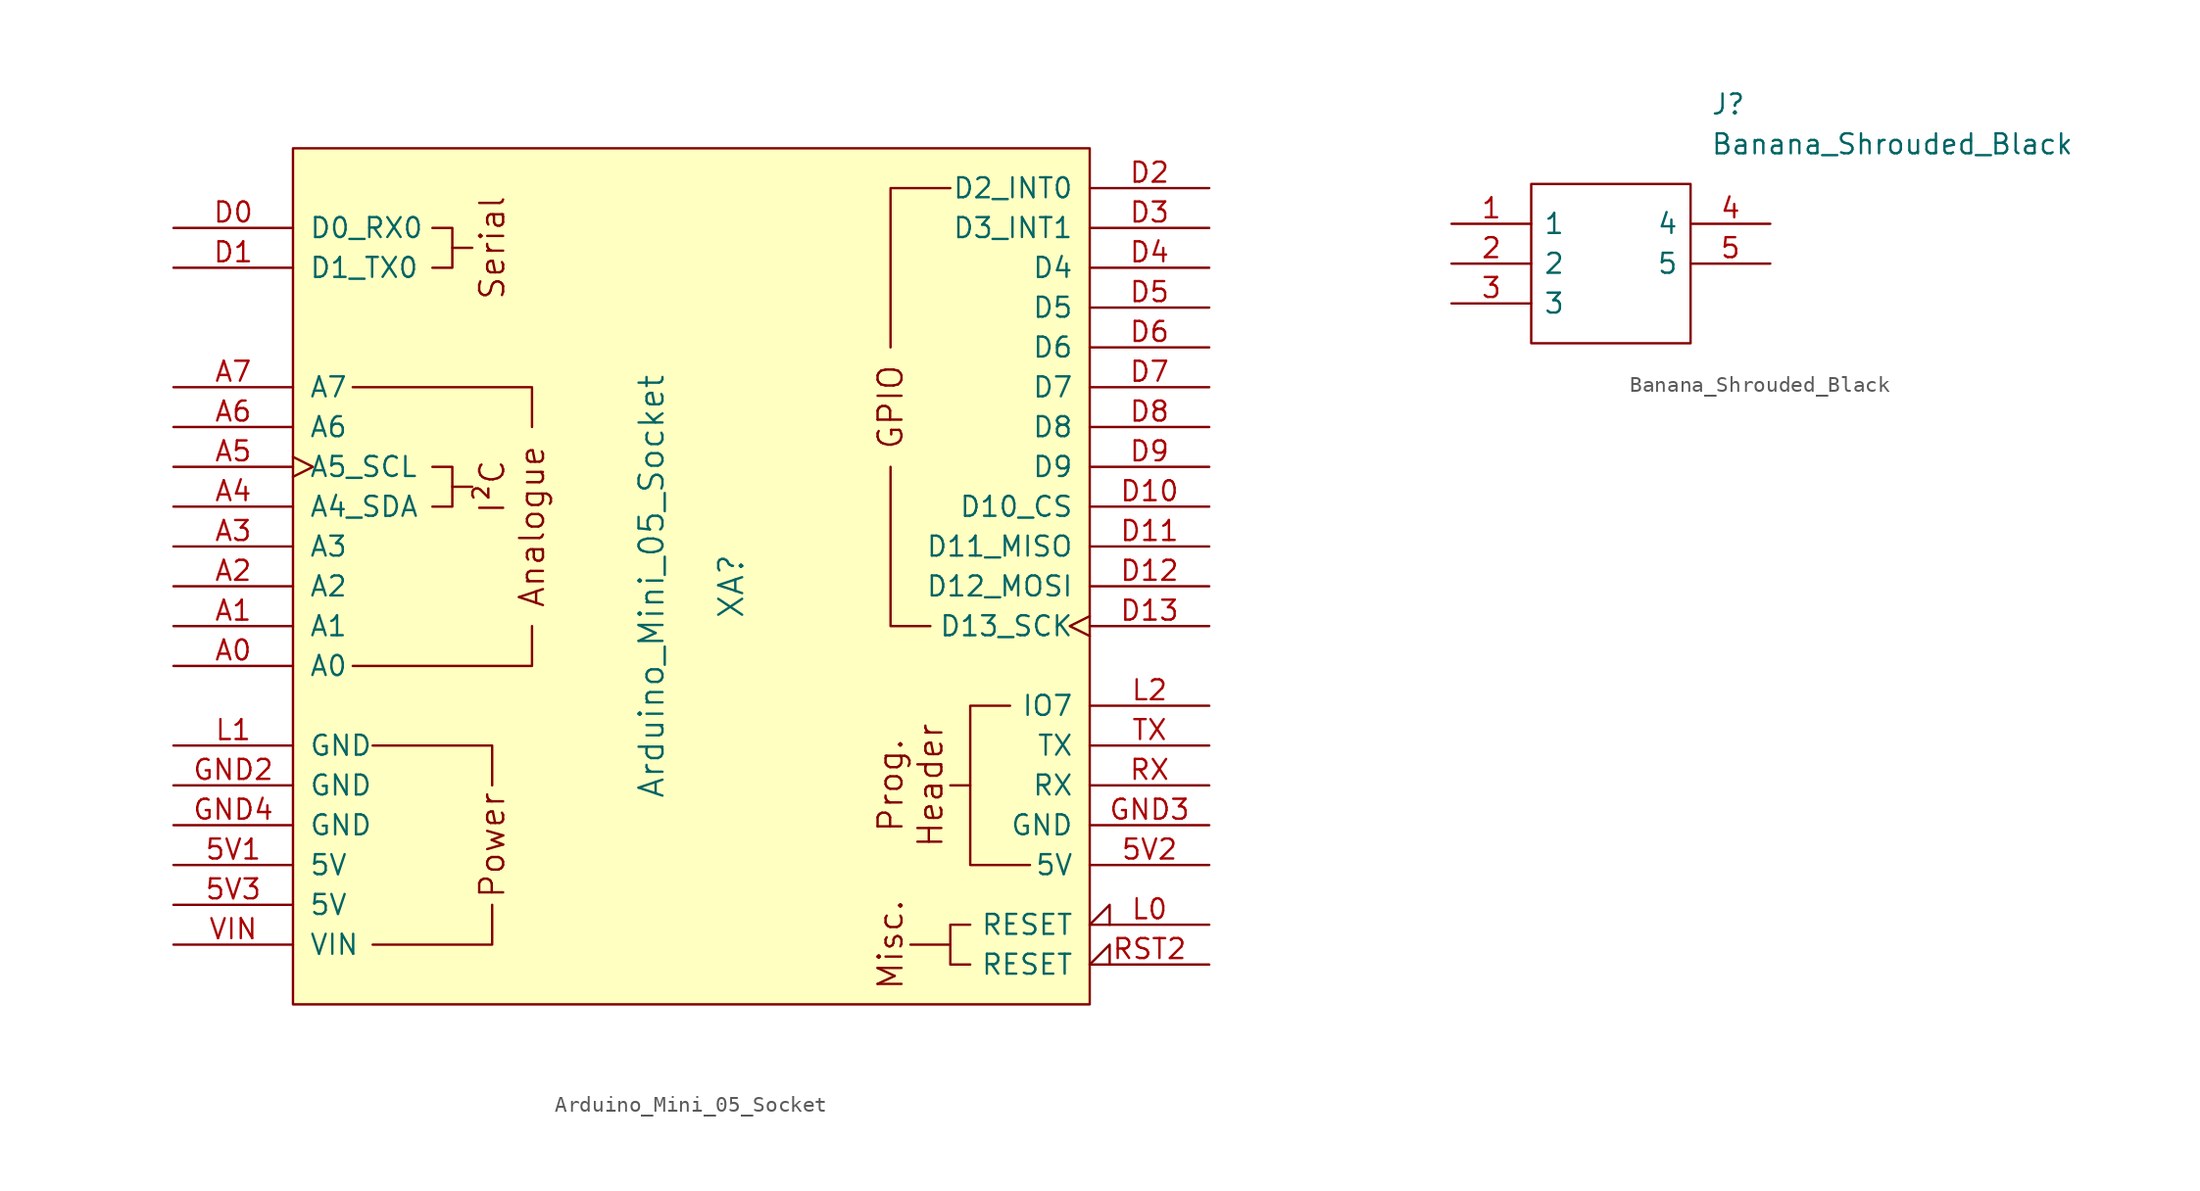
<source format=kicad_sym>
(kicad_symbol_lib
  (version 20220914)
  (generator kicad_symbol_editor)
  (symbol "Arduino_Mini_05_Socket"
    (pin_names
      (offset 1.016))
    (property "Reference" "XA"
      (at 2.54 0 90)
      (effects (font (size 1.524 1.524))))
    (property "Value" "Arduino_Mini_05_Socket"
      (at -2.54 0 90)
      (effects (font (size 1.524 1.524))))
    (symbol "Arduino_Mini_05_Socket_0_0"
      (rectangle (start -25.4 27.94) (end 25.4 -26.67) (stroke (width 0) (type default)) (fill (type background)))
      (polyline (pts (xy -15.24 6.35) (xy -13.97 6.35)) (stroke (width 0) (type default)) (fill (type none)))
      (polyline (pts (xy -15.24 21.59) (xy -13.97 21.59)) (stroke (width 0) (type default)) (fill (type none)))
      (polyline (pts (xy 16.51 -22.86) (xy 13.97 -22.86)) (stroke (width 0) (type default)) (fill (type none)))
      (polyline (pts (xy -20.32 -22.86) (xy -12.7 -22.86) (xy -12.7 -20.32)) (stroke (width 0) (type default)) (fill (type none)))
      (polyline (pts (xy -12.7 -12.7) (xy -12.7 -10.16) (xy -20.32 -10.16)) (stroke (width 0) (type default)) (fill (type none)))
      (polyline (pts (xy -10.16 -2.54) (xy -10.16 -5.08) (xy -21.59 -5.08)) (stroke (width 0) (type default)) (fill (type none)))
      (polyline (pts (xy -10.16 10.16) (xy -10.16 12.7) (xy -21.59 12.7)) (stroke (width 0) (type default)) (fill (type none)))
      (polyline (pts (xy 17.78 -12.7) (xy 17.78 -17.78) (xy 21.59 -17.78)) (stroke (width 0) (type default)) (fill (type none)))
      (polyline (pts (xy -16.51 7.62) (xy -15.24 7.62) (xy -15.24 5.08) (xy -16.51 5.08)) (stroke (width 0) (type default)) (fill (type none)))
      (polyline (pts (xy -16.51 22.86) (xy -15.24 22.86) (xy -15.24 20.32) (xy -16.51 20.32)) (stroke (width 0) (type default)) (fill (type none)))
      (polyline (pts (xy 20.32 -7.62) (xy 17.78 -7.62) (xy 17.78 -12.7) (xy 16.51 -12.7)) (stroke (width 0) (type default)) (fill (type none)))
      (text "Analogue" (at -10.16 3.81 900) (effects (font (size 1.524 1.524))))
      (text "Header" (at 15.24 -12.7 900) (effects (font (size 1.524 1.524))))
      (text "I²C" (at -12.7 6.35 900) (effects (font (size 1.524 1.524))))
      (text "Misc." (at 12.7 -22.86 900) (effects (font (size 1.524 1.524))))
      (text "Power" (at -12.7 -16.51 900) (effects (font (size 1.524 1.524))))
      (text "Prog." (at 12.7 -12.7 900) (effects (font (size 1.524 1.524))))
      (text "Serial" (at -12.7 21.59 900) (effects (font (size 1.524 1.524)))))
    (symbol "Arduino_Mini_05_Socket_0_1"
      (polyline (pts (xy 15.24 -2.54) (xy 12.7 -2.54) (xy 12.7 7.62)) (stroke (width 0) (type default)) (fill (type none)))
      (polyline (pts (xy 16.51 25.4) (xy 12.7 25.4) (xy 12.7 15.24)) (stroke (width 0) (type default)) (fill (type none)))
      (polyline (pts (xy 17.78 -21.59) (xy 16.51 -21.59) (xy 16.51 -24.13) (xy 17.78 -24.13)) (stroke (width 0) (type default)) (fill (type none))))
    (symbol "Arduino_Mini_05_Socket_1_0"
      (text "GPIO" (at 12.7 11.43 900) (effects (font (size 1.524 1.524)))))
    (symbol "Arduino_Mini_05_Socket_1_1"
      (pin power_in line (at -33.02 -17.78 0) (length 7.62) (name "5V" (effects (font (size 1.27 1.27)))) (number "5V1" (effects (font (size 1.27 1.27)))))
      (pin power_in line (at 33.02 -17.78 180) (length 7.62) (name "5V" (effects (font (size 1.27 1.27)))) (number "5V2" (effects (font (size 1.27 1.27)))))
      (pin power_in line (at -33.02 -20.32 0) (length 7.62) (name "5V" (effects (font (size 1.27 1.27)))) (number "5V3" (effects (font (size 1.27 1.27)))))
      (pin bidirectional line (at -33.02 -5.08 0) (length 7.62) (name "A0" (effects (font (size 1.27 1.27)))) (number "A0" (effects (font (size 1.27 1.27)))))
      (pin bidirectional line (at -33.02 -2.54 0) (length 7.62) (name "A1" (effects (font (size 1.27 1.27)))) (number "A1" (effects (font (size 1.27 1.27)))))
      (pin bidirectional line (at -33.02 0 0) (length 7.62) (name "A2" (effects (font (size 1.27 1.27)))) (number "A2" (effects (font (size 1.27 1.27)))))
      (pin bidirectional line (at -33.02 2.54 0) (length 7.62) (name "A3" (effects (font (size 1.27 1.27)))) (number "A3" (effects (font (size 1.27 1.27)))))
      (pin bidirectional line (at -33.02 5.08 0) (length 7.62) (name "A4_SDA" (effects (font (size 1.27 1.27)))) (number "A4" (effects (font (size 1.27 1.27)))))
      (pin bidirectional clock (at -33.02 7.62 0) (length 7.62) (name "A5_SCL" (effects (font (size 1.27 1.27)))) (number "A5" (effects (font (size 1.27 1.27)))))
      (pin input line (at -33.02 10.16 0) (length 7.62) (name "A6" (effects (font (size 1.27 1.27)))) (number "A6" (effects (font (size 1.27 1.27)))))
      (pin input line (at -33.02 12.7 0) (length 7.62) (name "A7" (effects (font (size 1.27 1.27)))) (number "A7" (effects (font (size 1.27 1.27)))))
      (pin bidirectional line (at -33.02 22.86 0) (length 7.62) (name "D0_RX0" (effects (font (size 1.27 1.27)))) (number "D0" (effects (font (size 1.27 1.27)))))
      (pin bidirectional line (at -33.02 20.32 0) (length 7.62) (name "D1_TX0" (effects (font (size 1.27 1.27)))) (number "D1" (effects (font (size 1.27 1.27)))))
      (pin bidirectional line (at 33.02 5.08 180) (length 7.62) (name "D10_CS" (effects (font (size 1.27 1.27)))) (number "D10" (effects (font (size 1.27 1.27)))))
      (pin bidirectional line (at 33.02 2.54 180) (length 7.62) (name "D11_MISO" (effects (font (size 1.27 1.27)))) (number "D11" (effects (font (size 1.27 1.27)))))
      (pin bidirectional line (at 33.02 0 180) (length 7.62) (name "D12_MOSI" (effects (font (size 1.27 1.27)))) (number "D12" (effects (font (size 1.27 1.27)))))
      (pin bidirectional clock (at 33.02 -2.54 180) (length 7.62) (name "D13_SCK" (effects (font (size 1.27 1.27)))) (number "D13" (effects (font (size 1.27 1.27)))))
      (pin bidirectional line (at 33.02 25.4 180) (length 7.62) (name "D2_INT0" (effects (font (size 1.27 1.27)))) (number "D2" (effects (font (size 1.27 1.27)))))
      (pin bidirectional line (at 33.02 22.86 180) (length 7.62) (name "D3_INT1" (effects (font (size 1.27 1.27)))) (number "D3" (effects (font (size 1.27 1.27)))))
      (pin bidirectional line (at 33.02 20.32 180) (length 7.62) (name "D4" (effects (font (size 1.27 1.27)))) (number "D4" (effects (font (size 1.27 1.27)))))
      (pin bidirectional line (at 33.02 17.78 180) (length 7.62) (name "D5" (effects (font (size 1.27 1.27)))) (number "D5" (effects (font (size 1.27 1.27)))))
      (pin bidirectional line (at 33.02 15.24 180) (length 7.62) (name "D6" (effects (font (size 1.27 1.27)))) (number "D6" (effects (font (size 1.27 1.27)))))
      (pin bidirectional line (at 33.02 12.7 180) (length 7.62) (name "D7" (effects (font (size 1.27 1.27)))) (number "D7" (effects (font (size 1.27 1.27)))))
      (pin bidirectional line (at 33.02 10.16 180) (length 7.62) (name "D8" (effects (font (size 1.27 1.27)))) (number "D8" (effects (font (size 1.27 1.27)))))
      (pin bidirectional line (at 33.02 7.62 180) (length 7.62) (name "D9" (effects (font (size 1.27 1.27)))) (number "D9" (effects (font (size 1.27 1.27)))))
      (pin power_in line (at -33.02 -12.7 0) (length 7.62) (name "GND" (effects (font (size 1.27 1.27)))) (number "GND2" (effects (font (size 1.27 1.27)))))
      (pin power_in line (at 33.02 -15.24 180) (length 7.62) (name "GND" (effects (font (size 1.27 1.27)))) (number "GND3" (effects (font (size 1.27 1.27)))))
      (pin power_in line (at -33.02 -15.24 0) (length 7.62) (name "GND" (effects (font (size 1.27 1.27)))) (number "GND4" (effects (font (size 1.27 1.27)))))
      (pin open_collector input_low (at 33.02 -21.59 180) (length 7.62) (name "RESET" (effects (font (size 1.27 1.27)))) (number "L0" (effects (font (size 1.27 1.27)))))
      (pin power_in line (at -33.02 -10.16 0) (length 7.62) (name "GND" (effects (font (size 1.27 1.27)))) (number "L1" (effects (font (size 1.27 1.27)))))
      (pin bidirectional line (at 33.02 -7.62 180) (length 7.62) (name "IO7" (effects (font (size 1.27 1.27)))) (number "L2" (effects (font (size 1.27 1.27)))))
      (pin open_collector input_low (at 33.02 -24.13 180) (length 7.62) (name "RESET" (effects (font (size 1.27 1.27)))) (number "RST2" (effects (font (size 1.27 1.27)))))
      (pin bidirectional line (at 33.02 -12.7 180) (length 7.62) (name "RX" (effects (font (size 1.27 1.27)))) (number "RX" (effects (font (size 1.27 1.27)))))
      (pin bidirectional line (at 33.02 -10.16 180) (length 7.62) (name "TX" (effects (font (size 1.27 1.27)))) (number "TX" (effects (font (size 1.27 1.27)))))
      (pin power_in line (at -33.02 -22.86 0) (length 7.62) (name "VIN" (effects (font (size 1.27 1.27)))) (number "VIN" (effects (font (size 1.27 1.27)))))))
  (symbol "Banana_Shrouded_Black"
    (pin_names
      (offset 0.762))
    (property "Reference" "J"
      (at 16.51 7.62 0)
      (effects (font (size 1.27 1.27)) (justify left)))
    (property "Value" "Banana_Shrouded_Black"
      (at 16.51 5.08 0)
      (effects (font (size 1.27 1.27)) (justify left)))
    (symbol "Banana_Shrouded_Black_0_0"
      (pin unspecified line (at 0 0 0) (length 5.08) (name "1" (effects (font (size 1.27 1.27)))) (number "1" (effects (font (size 1.27 1.27)))))
      (pin unspecified line (at 0 -2.54 0) (length 5.08) (name "2" (effects (font (size 1.27 1.27)))) (number "2" (effects (font (size 1.27 1.27)))))
      (pin unspecified line (at 0 -5.08 0) (length 5.08) (name "3" (effects (font (size 1.27 1.27)))) (number "3" (effects (font (size 1.27 1.27)))))
      (pin unspecified line (at 20.32 0 180) (length 5.08) (name "4" (effects (font (size 1.27 1.27)))) (number "4" (effects (font (size 1.27 1.27)))))
      (pin unspecified line (at 20.32 -2.54 180) (length 5.08) (name "5" (effects (font (size 1.27 1.27)))) (number "5" (effects (font (size 1.27 1.27))))))
    (symbol "Banana_Shrouded_Black_0_1"
      (polyline (pts (xy 5.08 2.54) (xy 15.24 2.54) (xy 15.24 -7.62) (xy 5.08 -7.62) (xy 5.08 2.54)) (stroke (width 0.152) (type default)) (fill (type none))))))
</source>
